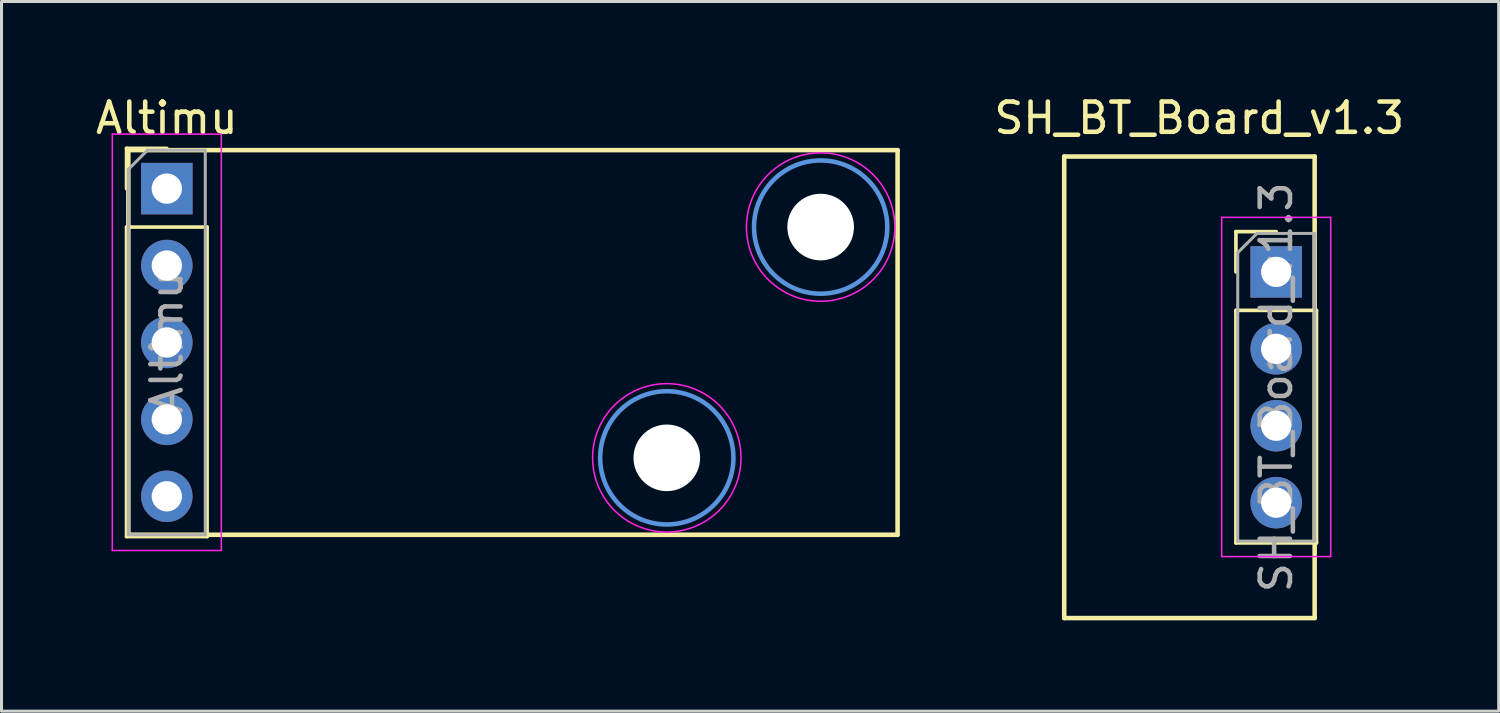
<source format=kicad_pcb>
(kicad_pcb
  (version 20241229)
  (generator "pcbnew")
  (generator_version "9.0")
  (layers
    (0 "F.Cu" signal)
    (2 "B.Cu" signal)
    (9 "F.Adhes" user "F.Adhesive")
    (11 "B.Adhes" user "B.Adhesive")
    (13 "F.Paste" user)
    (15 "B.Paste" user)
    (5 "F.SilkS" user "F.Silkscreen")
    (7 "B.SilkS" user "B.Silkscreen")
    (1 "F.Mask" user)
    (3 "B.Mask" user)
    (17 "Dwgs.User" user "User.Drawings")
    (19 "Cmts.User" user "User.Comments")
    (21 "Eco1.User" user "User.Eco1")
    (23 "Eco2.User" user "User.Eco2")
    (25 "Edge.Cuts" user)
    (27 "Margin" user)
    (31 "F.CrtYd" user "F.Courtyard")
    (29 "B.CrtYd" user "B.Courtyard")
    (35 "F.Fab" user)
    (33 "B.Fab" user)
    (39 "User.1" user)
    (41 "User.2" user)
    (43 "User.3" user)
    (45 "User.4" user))
  (footprint "SH_BT_Board_v1.3"
    (layer "F.Cu")
    (at 39.09 5.928)
    (property "Reference" "SH_BT_Board_v1.3" (at -2.54 -5.08 0) (layer "F.SilkS") (effects (font (size 1 1) (thickness 0.15))))
    (attr through_hole)
    (fp_line (start -7 -3.81) (end -7 11.43) (stroke (width 0.15) (type solid)) (layer "F.SilkS"))
    (fp_line (start -7 -3.81) (end 1.27 -3.81) (stroke (width 0.15) (type solid)) (layer "F.SilkS"))
    (fp_line (start -7 11.43) (end 1.27 11.43) (stroke (width 0.15) (type solid)) (layer "F.SilkS"))
    (fp_line (start -1.33 -1.33) (end 0 -1.33) (stroke (width 0.12) (type solid)) (layer "F.SilkS"))
    (fp_line (start -1.33 0) (end -1.33 -1.33) (stroke (width 0.12) (type solid)) (layer "F.SilkS"))
    (fp_line (start -1.33 1.27) (end -1.33 8.95) (stroke (width 0.12) (type solid)) (layer "F.SilkS"))
    (fp_line (start -1.33 1.27) (end 1.33 1.27) (stroke (width 0.12) (type solid)) (layer "F.SilkS"))
    (fp_line (start -1.33 8.95) (end 1.33 8.95) (stroke (width 0.12) (type solid)) (layer "F.SilkS"))
    (fp_line (start 1.27 -3.81) (end 1.27 11.43) (stroke (width 0.15) (type solid)) (layer "F.SilkS"))
    (fp_line (start 1.33 1.27) (end 1.33 8.95) (stroke (width 0.12) (type solid)) (layer "F.SilkS"))
    (fp_line (start -1.8 -1.8) (end -1.8 9.4) (stroke (width 0.05) (type solid)) (layer "F.CrtYd"))
    (fp_line (start -1.8 9.4) (end 1.8 9.4) (stroke (width 0.05) (type solid)) (layer "F.CrtYd"))
    (fp_line (start 1.8 -1.8) (end -1.8 -1.8) (stroke (width 0.05) (type solid)) (layer "F.CrtYd"))
    (fp_line (start 1.8 9.4) (end 1.8 -1.8) (stroke (width 0.05) (type solid)) (layer "F.CrtYd"))
    (fp_line (start -1.27 -0.635) (end -0.635 -1.27) (stroke (width 0.1) (type solid)) (layer "F.Fab"))
    (fp_line (start -1.27 8.89) (end -1.27 -0.635) (stroke (width 0.1) (type solid)) (layer "F.Fab"))
    (fp_line (start -0.635 -1.27) (end 1.27 -1.27) (stroke (width 0.1) (type solid)) (layer "F.Fab"))
    (fp_line (start 1.27 -1.27) (end 1.27 8.89) (stroke (width 0.1) (type solid)) (layer "F.Fab"))
    (fp_line (start 1.27 8.89) (end -1.27 8.89) (stroke (width 0.1) (type solid)) (layer "F.Fab"))
    (fp_text user "${REFERENCE}" (at 0 3.81 90) (layer "F.Fab") (effects (font (size 1 1) (thickness 0.15))))
    (pad "1" thru_hole rect (at 0 0) (size 1.7 1.7) (drill 1) (layers "*.Cu" "*.Mask"))
    (pad "2" thru_hole oval (at 0 2.54) (size 1.7 1.7) (drill 1) (layers "*.Cu" "*.Mask"))
    (pad "3" thru_hole oval (at 0 5.08) (size 1.7 1.7) (drill 1) (layers "*.Cu" "*.Mask"))
    (pad "4" thru_hole oval (at 0 7.62) (size 1.7 1.7) (drill 1) (layers "*.Cu" "*.Mask")))
  (footprint "Altimu"
    (layer "F.Cu")
    (at 2.458 3.178)
    (property "Reference" "Altimu" (at 0 -2.33 0) (layer "F.SilkS") (effects (font (size 1 1) (thickness 0.15))))
    (attr through_hole)
    (fp_line (start -1.33 -1.33) (end 0 -1.33) (stroke (width 0.12) (type solid)) (layer "F.SilkS"))
    (fp_line (start -1.33 0) (end -1.33 -1.33) (stroke (width 0.12) (type solid)) (layer "F.SilkS"))
    (fp_line (start -1.33 1.27) (end -1.33 11.49) (stroke (width 0.12) (type solid)) (layer "F.SilkS"))
    (fp_line (start -1.33 1.27) (end 1.33 1.27) (stroke (width 0.12) (type solid)) (layer "F.SilkS"))
    (fp_line (start -1.33 11.49) (end 1.33 11.49) (stroke (width 0.12) (type solid)) (layer "F.SilkS"))
    (fp_line (start -1.27 -1.27) (end 24.13 -1.27) (stroke (width 0.15) (type solid)) (layer "F.SilkS"))
    (fp_line (start -1.27 11.43) (end -1.27 -1.27) (stroke (width 0.15) (type solid)) (layer "F.SilkS"))
    (fp_line (start 1.33 1.27) (end 1.33 11.49) (stroke (width 0.12) (type solid)) (layer "F.SilkS"))
    (fp_line (start 24.13 -1.27) (end 24.13 11.43) (stroke (width 0.15) (type solid)) (layer "F.SilkS"))
    (fp_line (start 24.13 11.43) (end -1.27 11.43) (stroke (width 0.15) (type solid)) (layer "F.SilkS"))
    (fp_circle (center 16.51 8.89) (end 18.71 8.89) (stroke (width 0.15) (type solid)) (fill no) (layer "Cmts.User"))
    (fp_circle (center 21.59 1.27) (end 23.79 1.27) (stroke (width 0.15) (type solid)) (fill no) (layer "Cmts.User"))
    (fp_line (start -1.8 -1.8) (end -1.8 11.95) (stroke (width 0.05) (type solid)) (layer "F.CrtYd"))
    (fp_line (start -1.8 11.95) (end 1.8 11.95) (stroke (width 0.05) (type solid)) (layer "F.CrtYd"))
    (fp_line (start 1.8 -1.8) (end -1.8 -1.8) (stroke (width 0.05) (type solid)) (layer "F.CrtYd"))
    (fp_line (start 1.8 11.95) (end 1.8 -1.8) (stroke (width 0.05) (type solid)) (layer "F.CrtYd"))
    (fp_circle (center 16.51 8.89) (end 18.96 8.89) (stroke (width 0.05) (type solid)) (fill no) (layer "F.CrtYd"))
    (fp_circle (center 21.59 1.27) (end 24.04 1.27) (stroke (width 0.05) (type solid)) (fill no) (layer "F.CrtYd"))
    (fp_line (start -1.27 -0.635) (end -0.635 -1.27) (stroke (width 0.1) (type solid)) (layer "F.Fab"))
    (fp_line (start -1.27 11.43) (end -1.27 -0.635) (stroke (width 0.1) (type solid)) (layer "F.Fab"))
    (fp_line (start -0.635 -1.27) (end 1.27 -1.27) (stroke (width 0.1) (type solid)) (layer "F.Fab"))
    (fp_line (start 1.27 -1.27) (end 1.27 11.43) (stroke (width 0.1) (type solid)) (layer "F.Fab"))
    (fp_line (start 1.27 11.43) (end -1.27 11.43) (stroke (width 0.1) (type solid)) (layer "F.Fab"))
    (fp_text user "${REFERENCE}" (at 0 5.08 90) (layer "F.Fab") (effects (font (size 1 1) (thickness 0.15))))
    (pad "" np_thru_hole circle (at 16.51 8.89) (size 2.2 2.2) (drill 2.2) (layers "*.Cu" "*.Mask"))
    (pad "" np_thru_hole circle (at 21.59 1.27) (size 2.2 2.2) (drill 2.2) (layers "*.Cu" "*.Mask"))
    (pad "1" thru_hole rect (at 0 0) (size 1.7 1.7) (drill 1) (layers "*.Cu" "*.Mask"))
    (pad "2" thru_hole oval (at 0 2.54) (size 1.7 1.7) (drill 1) (layers "*.Cu" "*.Mask"))
    (pad "3" thru_hole oval (at 0 5.08) (size 1.7 1.7) (drill 1) (layers "*.Cu" "*.Mask"))
    (pad "4" thru_hole oval (at 0 7.62) (size 1.7 1.7) (drill 1) (layers "*.Cu" "*.Mask"))
    (pad "5" thru_hole oval (at 0 10.16) (size 1.7 1.7) (drill 1) (layers "*.Cu" "*.Mask")))
  (gr_rect
    (start -3 -3)
    (end 46.437 20.433)
    (stroke (width 0.1) (type default))
    (fill no)
    (layer "Edge.Cuts")))
</source>
